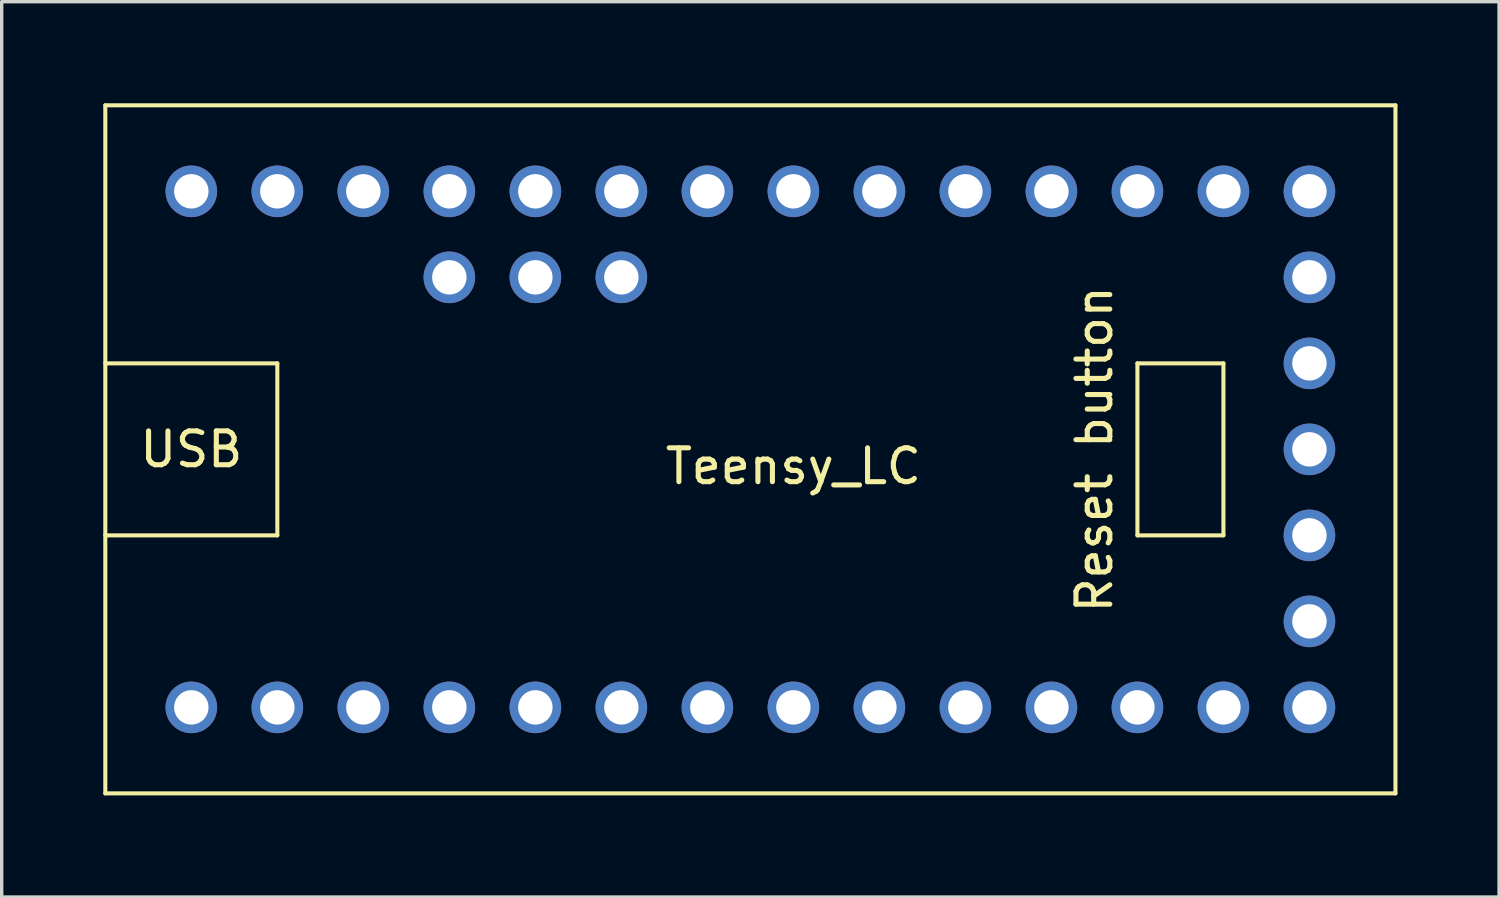
<source format=kicad_pcb>
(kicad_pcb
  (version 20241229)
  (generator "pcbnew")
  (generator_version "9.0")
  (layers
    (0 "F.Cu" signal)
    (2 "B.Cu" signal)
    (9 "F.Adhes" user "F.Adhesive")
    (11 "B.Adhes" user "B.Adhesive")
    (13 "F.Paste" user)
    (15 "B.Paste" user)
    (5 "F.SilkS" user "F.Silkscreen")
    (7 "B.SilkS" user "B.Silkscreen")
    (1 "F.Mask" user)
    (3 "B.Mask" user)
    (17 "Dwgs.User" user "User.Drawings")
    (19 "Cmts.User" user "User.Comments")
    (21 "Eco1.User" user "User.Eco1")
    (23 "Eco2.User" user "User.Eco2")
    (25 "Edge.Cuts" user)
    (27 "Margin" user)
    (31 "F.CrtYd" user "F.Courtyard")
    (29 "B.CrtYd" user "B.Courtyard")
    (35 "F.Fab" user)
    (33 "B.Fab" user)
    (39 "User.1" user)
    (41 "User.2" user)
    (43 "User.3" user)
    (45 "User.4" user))
  (footprint "Teensy_LC"
    (layer "F.Cu")
    (at 20.38 10.22)
    (property "Reference" "Teensy_LC" (at 0 0.5 0) (layer "F.SilkS") (effects (font (size 1 1) (thickness 0.15))))
    (attr through_hole)
    (fp_line (start -20.32 -10.16) (end 17.78 -10.16) (stroke (width 0.12) (type solid)) (layer "F.SilkS"))
    (fp_line (start -20.32 -2.54) (end -15.24 -2.54) (stroke (width 0.12) (type solid)) (layer "F.SilkS"))
    (fp_line (start -20.32 10.16) (end -20.32 -10.16) (stroke (width 0.12) (type solid)) (layer "F.SilkS"))
    (fp_line (start -15.24 -2.54) (end -15.24 2.54) (stroke (width 0.12) (type solid)) (layer "F.SilkS"))
    (fp_line (start -15.24 2.54) (end -20.32 2.54) (stroke (width 0.12) (type solid)) (layer "F.SilkS"))
    (fp_line (start 10.16 -2.54) (end 10.16 2.54) (stroke (width 0.12) (type solid)) (layer "F.SilkS"))
    (fp_line (start 10.16 2.54) (end 12.7 2.54) (stroke (width 0.12) (type solid)) (layer "F.SilkS"))
    (fp_line (start 12.7 -2.54) (end 10.16 -2.54) (stroke (width 0.12) (type solid)) (layer "F.SilkS"))
    (fp_line (start 12.7 2.54) (end 12.7 -2.54) (stroke (width 0.12) (type solid)) (layer "F.SilkS"))
    (fp_line (start 17.78 -10.16) (end 17.78 10.16) (stroke (width 0.12) (type solid)) (layer "F.SilkS"))
    (fp_line (start 17.78 10.16) (end -20.32 10.16) (stroke (width 0.12) (type solid)) (layer "F.SilkS"))
    (fp_text user "USB" (at -17.78 0 0) (layer "F.SilkS") (effects (font (size 1 1) (thickness 0.15))))
    (fp_text user "Reset button" (at 8.89 0 90) (layer "F.SilkS") (effects (font (size 1 1) (thickness 0.15))))
    (pad "0" thru_hole circle (at -15.24 7.62) (size 1.524 1.524) (drill 1.016) (layers "*.Cu" "*.Mask"))
    (pad "1" thru_hole circle (at -12.7 7.62) (size 1.524 1.524) (drill 1.016) (layers "*.Cu" "*.Mask"))
    (pad "2" thru_hole circle (at -10.16 7.62) (size 1.524 1.524) (drill 1.016) (layers "*.Cu" "*.Mask"))
    (pad "3" thru_hole circle (at -7.62 7.62) (size 1.524 1.524) (drill 1.016) (layers "*.Cu" "*.Mask"))
    (pad "3V3_1" thru_hole circle (at -12.7 -7.62) (size 1.524 1.524) (drill 1.016) (layers "*.Cu" "*.Mask"))
    (pad "3V3_2" thru_hole circle (at 15.24 2.54) (size 1.524 1.524) (drill 1.016) (layers "*.Cu" "*.Mask"))
    (pad "4" thru_hole circle (at -5.08 7.62) (size 1.524 1.524) (drill 1.016) (layers "*.Cu" "*.Mask"))
    (pad "5" thru_hole circle (at -2.54 7.62) (size 1.524 1.524) (drill 1.016) (layers "*.Cu" "*.Mask"))
    (pad "6" thru_hole circle (at 0 7.62) (size 1.524 1.524) (drill 1.016) (layers "*.Cu" "*.Mask"))
    (pad "7" thru_hole circle (at 2.54 7.62) (size 1.524 1.524) (drill 1.016) (layers "*.Cu" "*.Mask"))
    (pad "8" thru_hole circle (at 5.08 7.62) (size 1.524 1.524) (drill 1.016) (layers "*.Cu" "*.Mask"))
    (pad "9" thru_hole circle (at 7.62 7.62) (size 1.524 1.524) (drill 1.016) (layers "*.Cu" "*.Mask"))
    (pad "10" thru_hole circle (at 10.16 7.62) (size 1.524 1.524) (drill 1.016) (layers "*.Cu" "*.Mask"))
    (pad "11" thru_hole circle (at 12.7 7.62) (size 1.524 1.524) (drill 1.016) (layers "*.Cu" "*.Mask"))
    (pad "12" thru_hole circle (at 15.24 7.62) (size 1.524 1.524) (drill 1.016) (layers "*.Cu" "*.Mask"))
    (pad "13" thru_hole circle (at 15.24 -7.62) (size 1.524 1.524) (drill 1.016) (layers "*.Cu" "*.Mask"))
    (pad "14" thru_hole circle (at 12.7 -7.62) (size 1.524 1.524) (drill 1.016) (layers "*.Cu" "*.Mask"))
    (pad "15" thru_hole circle (at 10.16 -7.62) (size 1.524 1.524) (drill 1.016) (layers "*.Cu" "*.Mask"))
    (pad "16" thru_hole circle (at 7.62 -7.62) (size 1.524 1.524) (drill 1.016) (layers "*.Cu" "*.Mask"))
    (pad "17" thru_hole circle (at 5.08 -7.62) (size 1.524 1.524) (drill 1.016) (layers "*.Cu" "*.Mask"))
    (pad "17_VIN" thru_hole circle (at 15.24 5.08) (size 1.524 1.524) (drill 1.016) (layers "*.Cu" "*.Mask"))
    (pad "18" thru_hole circle (at 2.54 -7.62) (size 1.524 1.524) (drill 1.016) (layers "*.Cu" "*.Mask"))
    (pad "19" thru_hole circle (at 0 -7.62) (size 1.524 1.524) (drill 1.016) (layers "*.Cu" "*.Mask"))
    (pad "20" thru_hole circle (at -2.54 -7.62) (size 1.524 1.524) (drill 1.016) (layers "*.Cu" "*.Mask"))
    (pad "21" thru_hole circle (at -5.08 -7.62) (size 1.524 1.524) (drill 1.016) (layers "*.Cu" "*.Mask"))
    (pad "22" thru_hole circle (at -7.62 -7.62) (size 1.524 1.524) (drill 1.016) (layers "*.Cu" "*.Mask"))
    (pad "23" thru_hole circle (at -10.16 -7.62) (size 1.524 1.524) (drill 1.016) (layers "*.Cu" "*.Mask"))
    (pad "24" thru_hole circle (at -7.62 -5.08) (size 1.524 1.524) (drill 1.016) (layers "*.Cu" "*.Mask"))
    (pad "25" thru_hole circle (at -5.08 -5.08) (size 1.524 1.524) (drill 1.016) (layers "*.Cu" "*.Mask"))
    (pad "26" thru_hole circle (at 15.24 -5.08) (size 1.524 1.524) (drill 1.016) (layers "*.Cu" "*.Mask"))
    (pad "AREF" thru_hole circle (at -10.16 -5.08) (size 1.524 1.524) (drill 1.016) (layers "*.Cu" "*.Mask"))
    (pad "GND_1" thru_hole circle (at -17.78 7.62) (size 1.524 1.524) (drill 1.016) (layers "*.Cu" "*.Mask"))
    (pad "GND_2" thru_hole circle (at -15.24 -7.62) (size 1.524 1.524) (drill 1.016) (layers "*.Cu" "*.Mask"))
    (pad "GND_3" thru_hole circle (at 15.24 0) (size 1.524 1.524) (drill 1.016) (layers "*.Cu" "*.Mask"))
    (pad "PROG" thru_hole circle (at 15.24 -2.54) (size 1.524 1.524) (drill 1.016) (layers "*.Cu" "*.Mask"))
    (pad "VIN" thru_hole circle (at -17.78 -7.62) (size 1.524 1.524) (drill 1.016) (layers "*.Cu" "*.Mask")))
  (gr_rect
    (start -3 -3)
    (end 41.22 23.44)
    (stroke (width 0.1) (type default))
    (fill no)
    (layer "Edge.Cuts")))
</source>
